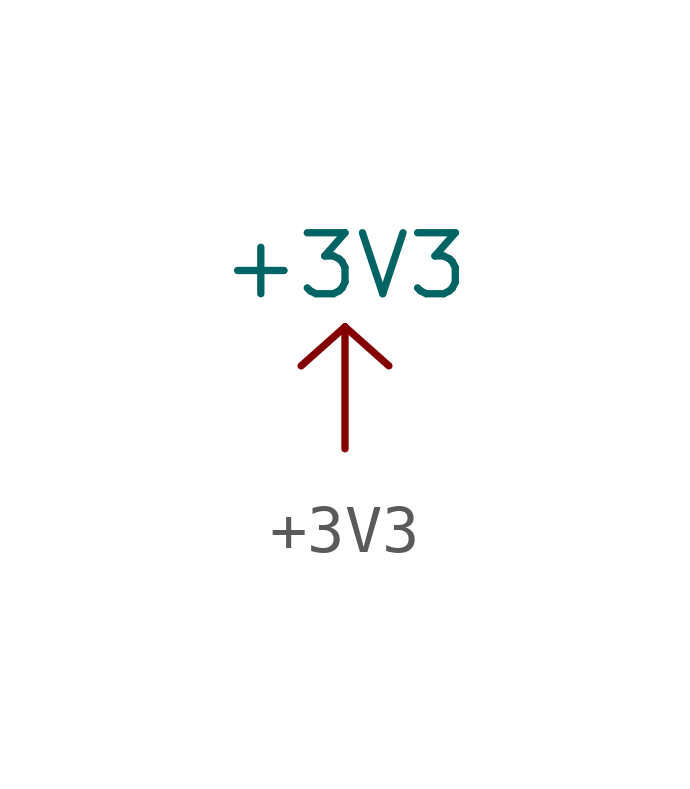
<source format=kicad_sym>
(kicad_symbol_lib
  (version 20211014)
  (generator kicad_symbol_editor)
  (symbol "+3V3"
    (power)
    (pin_names
      (offset 0))
    (property "Reference" "#PWR"
      (at 8.407 -1.93 0)
      (effects (font (size 1.27 1.27)) hide))
    (property "Value" "+3V3"
      (at 0 3.81 0)
      (effects (font (size 1.27 1.27))))
    (symbol "+3V3_0_1"
      (polyline (pts (xy 0 0) (xy 0 2.54)) (stroke (width 0) (type default) (color 0 0 0 0)) (fill (type none)))
      (polyline (pts (xy 0 2.54) (xy -0.914 1.727)) (stroke (width 0) (type default) (color 0 0 0 0)) (fill (type none))))
    (symbol "+3V3_1_1"
      (polyline (pts (xy 0 2.54) (xy 0.914 1.727)) (stroke (width 0) (type default) (color 0 0 0 0)) (fill (type none)))
      (pin power_in line (at 0 0 90) (length 0) hide (name "+3V3" (effects (font (size 1.27 1.27)))) (number "1" (effects (font (size 1.27 1.27))))))))
</source>
